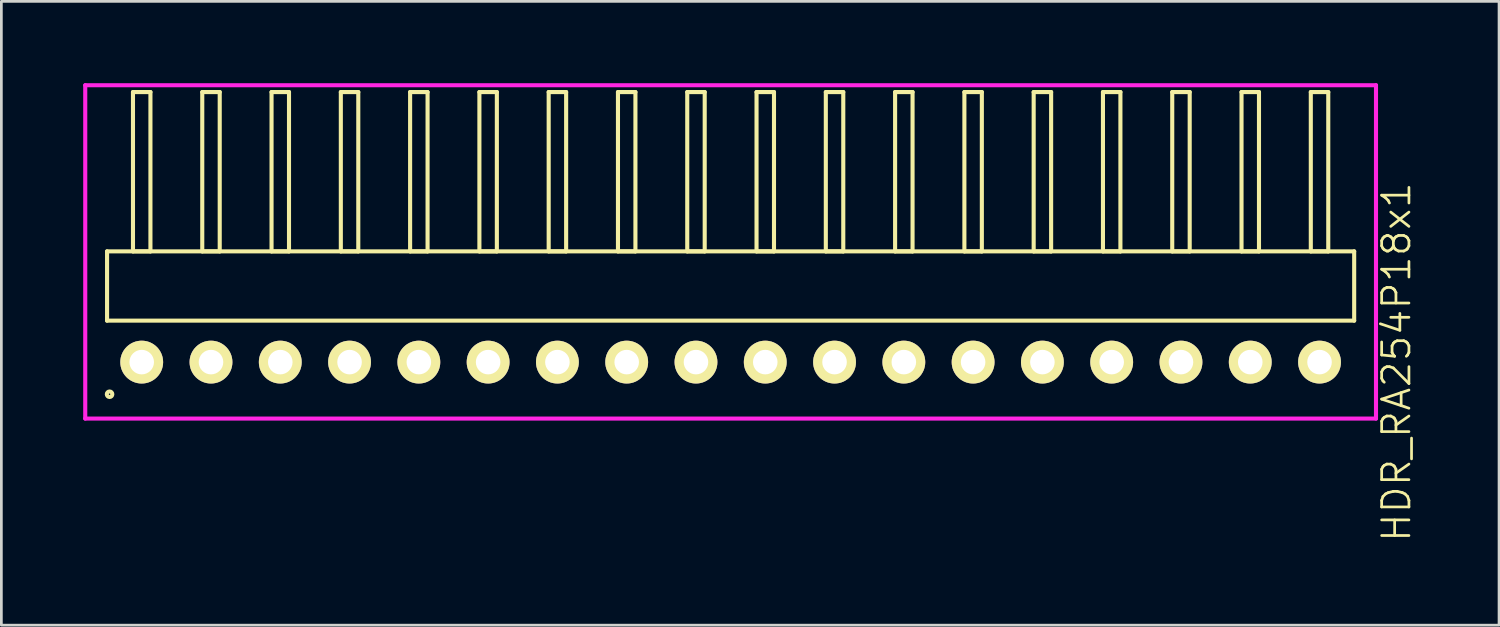
<source format=kicad_pcb>
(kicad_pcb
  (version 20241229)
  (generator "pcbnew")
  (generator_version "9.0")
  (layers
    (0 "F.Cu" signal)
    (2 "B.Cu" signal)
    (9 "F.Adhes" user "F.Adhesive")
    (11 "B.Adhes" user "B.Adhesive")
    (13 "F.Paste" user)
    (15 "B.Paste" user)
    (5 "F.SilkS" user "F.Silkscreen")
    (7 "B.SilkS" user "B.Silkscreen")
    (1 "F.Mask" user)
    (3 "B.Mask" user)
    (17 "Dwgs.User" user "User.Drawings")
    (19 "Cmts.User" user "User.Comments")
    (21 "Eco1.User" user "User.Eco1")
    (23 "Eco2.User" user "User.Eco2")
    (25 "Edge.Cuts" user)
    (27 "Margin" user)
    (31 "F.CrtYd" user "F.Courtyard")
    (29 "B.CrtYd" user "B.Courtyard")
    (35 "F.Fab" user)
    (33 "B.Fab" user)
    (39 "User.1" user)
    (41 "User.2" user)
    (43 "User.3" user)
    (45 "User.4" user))
  (footprint "HDR_RA254P18x1"
    (layer "F.Cu")
    (at 23.735 10.225)
    (property "Reference" "HDR_RA254P18x1" (at 24.41 0 90) (layer "F.SilkS") (effects (font (size 1 1) (thickness 0.1))))
    (attr through_hole)
    (fp_line (start -22.86 -4.06) (end -22.86 -1.52) (stroke (width 0.15) (type solid)) (layer "F.SilkS"))
    (fp_line (start -22.86 -1.52) (end 22.86 -1.52) (stroke (width 0.15) (type solid)) (layer "F.SilkS"))
    (fp_line (start -21.91 -9.9) (end -21.91 -4.06) (stroke (width 0.15) (type solid)) (layer "F.SilkS"))
    (fp_line (start -21.91 -4.06) (end -21.27 -4.06) (stroke (width 0.15) (type solid)) (layer "F.SilkS"))
    (fp_line (start -21.27 -9.9) (end -21.91 -9.9) (stroke (width 0.15) (type solid)) (layer "F.SilkS"))
    (fp_line (start -21.27 -4.06) (end -21.27 -9.9) (stroke (width 0.15) (type solid)) (layer "F.SilkS"))
    (fp_line (start -19.37 -9.9) (end -19.37 -4.06) (stroke (width 0.15) (type solid)) (layer "F.SilkS"))
    (fp_line (start -19.37 -4.06) (end -18.73 -4.06) (stroke (width 0.15) (type solid)) (layer "F.SilkS"))
    (fp_line (start -18.73 -9.9) (end -19.37 -9.9) (stroke (width 0.15) (type solid)) (layer "F.SilkS"))
    (fp_line (start -18.73 -4.06) (end -18.73 -9.9) (stroke (width 0.15) (type solid)) (layer "F.SilkS"))
    (fp_line (start -16.83 -9.9) (end -16.83 -4.06) (stroke (width 0.15) (type solid)) (layer "F.SilkS"))
    (fp_line (start -16.83 -4.06) (end -16.19 -4.06) (stroke (width 0.15) (type solid)) (layer "F.SilkS"))
    (fp_line (start -16.19 -9.9) (end -16.83 -9.9) (stroke (width 0.15) (type solid)) (layer "F.SilkS"))
    (fp_line (start -16.19 -4.06) (end -16.19 -9.9) (stroke (width 0.15) (type solid)) (layer "F.SilkS"))
    (fp_line (start -14.29 -9.9) (end -14.29 -4.06) (stroke (width 0.15) (type solid)) (layer "F.SilkS"))
    (fp_line (start -14.29 -4.06) (end -13.65 -4.06) (stroke (width 0.15) (type solid)) (layer "F.SilkS"))
    (fp_line (start -13.65 -9.9) (end -14.29 -9.9) (stroke (width 0.15) (type solid)) (layer "F.SilkS"))
    (fp_line (start -13.65 -4.06) (end -13.65 -9.9) (stroke (width 0.15) (type solid)) (layer "F.SilkS"))
    (fp_line (start -11.75 -9.9) (end -11.75 -4.06) (stroke (width 0.15) (type solid)) (layer "F.SilkS"))
    (fp_line (start -11.75 -4.06) (end -11.11 -4.06) (stroke (width 0.15) (type solid)) (layer "F.SilkS"))
    (fp_line (start -11.11 -9.9) (end -11.75 -9.9) (stroke (width 0.15) (type solid)) (layer "F.SilkS"))
    (fp_line (start -11.11 -4.06) (end -11.11 -9.9) (stroke (width 0.15) (type solid)) (layer "F.SilkS"))
    (fp_line (start -9.21 -9.9) (end -9.21 -4.06) (stroke (width 0.15) (type solid)) (layer "F.SilkS"))
    (fp_line (start -9.21 -4.06) (end -8.57 -4.06) (stroke (width 0.15) (type solid)) (layer "F.SilkS"))
    (fp_line (start -8.57 -9.9) (end -9.21 -9.9) (stroke (width 0.15) (type solid)) (layer "F.SilkS"))
    (fp_line (start -8.57 -4.06) (end -8.57 -9.9) (stroke (width 0.15) (type solid)) (layer "F.SilkS"))
    (fp_line (start -6.67 -9.9) (end -6.67 -4.06) (stroke (width 0.15) (type solid)) (layer "F.SilkS"))
    (fp_line (start -6.67 -4.06) (end -6.03 -4.06) (stroke (width 0.15) (type solid)) (layer "F.SilkS"))
    (fp_line (start -6.03 -9.9) (end -6.67 -9.9) (stroke (width 0.15) (type solid)) (layer "F.SilkS"))
    (fp_line (start -6.03 -4.06) (end -6.03 -9.9) (stroke (width 0.15) (type solid)) (layer "F.SilkS"))
    (fp_line (start -4.13 -9.9) (end -4.13 -4.06) (stroke (width 0.15) (type solid)) (layer "F.SilkS"))
    (fp_line (start -4.13 -4.06) (end -3.49 -4.06) (stroke (width 0.15) (type solid)) (layer "F.SilkS"))
    (fp_line (start -3.49 -9.9) (end -4.13 -9.9) (stroke (width 0.15) (type solid)) (layer "F.SilkS"))
    (fp_line (start -3.49 -4.06) (end -3.49 -9.9) (stroke (width 0.15) (type solid)) (layer "F.SilkS"))
    (fp_line (start -1.59 -9.9) (end -1.59 -4.06) (stroke (width 0.15) (type solid)) (layer "F.SilkS"))
    (fp_line (start -1.59 -4.06) (end -0.95 -4.06) (stroke (width 0.15) (type solid)) (layer "F.SilkS"))
    (fp_line (start -0.95 -9.9) (end -1.59 -9.9) (stroke (width 0.15) (type solid)) (layer "F.SilkS"))
    (fp_line (start -0.95 -4.06) (end -0.95 -9.9) (stroke (width 0.15) (type solid)) (layer "F.SilkS"))
    (fp_line (start 0.95 -9.9) (end 0.95 -4.06) (stroke (width 0.15) (type solid)) (layer "F.SilkS"))
    (fp_line (start 0.95 -4.06) (end 1.59 -4.06) (stroke (width 0.15) (type solid)) (layer "F.SilkS"))
    (fp_line (start 1.59 -9.9) (end 0.95 -9.9) (stroke (width 0.15) (type solid)) (layer "F.SilkS"))
    (fp_line (start 1.59 -4.06) (end 1.59 -9.9) (stroke (width 0.15) (type solid)) (layer "F.SilkS"))
    (fp_line (start 3.49 -9.9) (end 3.49 -4.06) (stroke (width 0.15) (type solid)) (layer "F.SilkS"))
    (fp_line (start 3.49 -4.06) (end 4.13 -4.06) (stroke (width 0.15) (type solid)) (layer "F.SilkS"))
    (fp_line (start 4.13 -9.9) (end 3.49 -9.9) (stroke (width 0.15) (type solid)) (layer "F.SilkS"))
    (fp_line (start 4.13 -4.06) (end 4.13 -9.9) (stroke (width 0.15) (type solid)) (layer "F.SilkS"))
    (fp_line (start 6.03 -9.9) (end 6.03 -4.06) (stroke (width 0.15) (type solid)) (layer "F.SilkS"))
    (fp_line (start 6.03 -4.06) (end 6.67 -4.06) (stroke (width 0.15) (type solid)) (layer "F.SilkS"))
    (fp_line (start 6.67 -9.9) (end 6.03 -9.9) (stroke (width 0.15) (type solid)) (layer "F.SilkS"))
    (fp_line (start 6.67 -4.06) (end 6.67 -9.9) (stroke (width 0.15) (type solid)) (layer "F.SilkS"))
    (fp_line (start 8.57 -9.9) (end 8.57 -4.06) (stroke (width 0.15) (type solid)) (layer "F.SilkS"))
    (fp_line (start 8.57 -4.06) (end 9.21 -4.06) (stroke (width 0.15) (type solid)) (layer "F.SilkS"))
    (fp_line (start 9.21 -9.9) (end 8.57 -9.9) (stroke (width 0.15) (type solid)) (layer "F.SilkS"))
    (fp_line (start 9.21 -4.06) (end 9.21 -9.9) (stroke (width 0.15) (type solid)) (layer "F.SilkS"))
    (fp_line (start 11.11 -9.9) (end 11.11 -4.06) (stroke (width 0.15) (type solid)) (layer "F.SilkS"))
    (fp_line (start 11.11 -4.06) (end 11.75 -4.06) (stroke (width 0.15) (type solid)) (layer "F.SilkS"))
    (fp_line (start 11.75 -9.9) (end 11.11 -9.9) (stroke (width 0.15) (type solid)) (layer "F.SilkS"))
    (fp_line (start 11.75 -4.06) (end 11.75 -9.9) (stroke (width 0.15) (type solid)) (layer "F.SilkS"))
    (fp_line (start 13.65 -9.9) (end 13.65 -4.06) (stroke (width 0.15) (type solid)) (layer "F.SilkS"))
    (fp_line (start 13.65 -4.06) (end 14.29 -4.06) (stroke (width 0.15) (type solid)) (layer "F.SilkS"))
    (fp_line (start 14.29 -9.9) (end 13.65 -9.9) (stroke (width 0.15) (type solid)) (layer "F.SilkS"))
    (fp_line (start 14.29 -4.06) (end 14.29 -9.9) (stroke (width 0.15) (type solid)) (layer "F.SilkS"))
    (fp_line (start 16.19 -9.9) (end 16.19 -4.06) (stroke (width 0.15) (type solid)) (layer "F.SilkS"))
    (fp_line (start 16.19 -4.06) (end 16.83 -4.06) (stroke (width 0.15) (type solid)) (layer "F.SilkS"))
    (fp_line (start 16.83 -9.9) (end 16.19 -9.9) (stroke (width 0.15) (type solid)) (layer "F.SilkS"))
    (fp_line (start 16.83 -4.06) (end 16.83 -9.9) (stroke (width 0.15) (type solid)) (layer "F.SilkS"))
    (fp_line (start 18.73 -9.9) (end 18.73 -4.06) (stroke (width 0.15) (type solid)) (layer "F.SilkS"))
    (fp_line (start 18.73 -4.06) (end 19.37 -4.06) (stroke (width 0.15) (type solid)) (layer "F.SilkS"))
    (fp_line (start 19.37 -9.9) (end 18.73 -9.9) (stroke (width 0.15) (type solid)) (layer "F.SilkS"))
    (fp_line (start 19.37 -4.06) (end 19.37 -9.9) (stroke (width 0.15) (type solid)) (layer "F.SilkS"))
    (fp_line (start 21.27 -9.9) (end 21.27 -4.06) (stroke (width 0.15) (type solid)) (layer "F.SilkS"))
    (fp_line (start 21.27 -4.06) (end 21.91 -4.06) (stroke (width 0.15) (type solid)) (layer "F.SilkS"))
    (fp_line (start 21.91 -9.9) (end 21.27 -9.9) (stroke (width 0.15) (type solid)) (layer "F.SilkS"))
    (fp_line (start 21.91 -4.06) (end 21.91 -9.9) (stroke (width 0.15) (type solid)) (layer "F.SilkS"))
    (fp_line (start 22.86 -4.06) (end -22.86 -4.06) (stroke (width 0.15) (type solid)) (layer "F.SilkS"))
    (fp_line (start 22.86 -1.52) (end 22.86 -4.06) (stroke (width 0.15) (type solid)) (layer "F.SilkS"))
    (fp_circle (center -22.768 1.178) (end -22.667 1.178) (stroke (width 0.15) (type solid)) (fill no) (layer "F.SilkS"))
    (fp_line (start -23.66 -10.15) (end -23.66 2.07) (stroke (width 0.15) (type solid)) (layer "F.CrtYd"))
    (fp_line (start -23.66 2.07) (end 23.66 2.07) (stroke (width 0.15) (type solid)) (layer "F.CrtYd"))
    (fp_line (start 23.66 -10.15) (end -23.66 -10.15) (stroke (width 0.15) (type solid)) (layer "F.CrtYd"))
    (fp_line (start 23.66 2.07) (end 23.66 -10.15) (stroke (width 0.15) (type solid)) (layer "F.CrtYd"))
    (pad "1" thru_hole oval (at -21.59 0) (size 1.57 1.57) (drill 0.9) (layers "*.Cu" "*.Mask" "F.SilkS"))
    (pad "2" thru_hole oval (at -19.05 0) (size 1.57 1.57) (drill 0.9) (layers "*.Cu" "*.Mask" "F.SilkS"))
    (pad "3" thru_hole oval (at -16.51 0) (size 1.57 1.57) (drill 0.9) (layers "*.Cu" "*.Mask" "F.SilkS"))
    (pad "4" thru_hole oval (at -13.97 0) (size 1.57 1.57) (drill 0.9) (layers "*.Cu" "*.Mask" "F.SilkS"))
    (pad "5" thru_hole oval (at -11.43 0) (size 1.57 1.57) (drill 0.9) (layers "*.Cu" "*.Mask" "F.SilkS"))
    (pad "6" thru_hole oval (at -8.89 0) (size 1.57 1.57) (drill 0.9) (layers "*.Cu" "*.Mask" "F.SilkS"))
    (pad "7" thru_hole oval (at -6.35 0) (size 1.57 1.57) (drill 0.9) (layers "*.Cu" "*.Mask" "F.SilkS"))
    (pad "8" thru_hole oval (at -3.81 0) (size 1.57 1.57) (drill 0.9) (layers "*.Cu" "*.Mask" "F.SilkS"))
    (pad "9" thru_hole oval (at -1.27 0) (size 1.57 1.57) (drill 0.9) (layers "*.Cu" "*.Mask" "F.SilkS"))
    (pad "10" thru_hole oval (at 1.27 0) (size 1.57 1.57) (drill 0.9) (layers "*.Cu" "*.Mask" "F.SilkS"))
    (pad "11" thru_hole oval (at 3.81 0) (size 1.57 1.57) (drill 0.9) (layers "*.Cu" "*.Mask" "F.SilkS"))
    (pad "12" thru_hole oval (at 6.35 0) (size 1.57 1.57) (drill 0.9) (layers "*.Cu" "*.Mask" "F.SilkS"))
    (pad "13" thru_hole oval (at 8.89 0) (size 1.57 1.57) (drill 0.9) (layers "*.Cu" "*.Mask" "F.SilkS"))
    (pad "14" thru_hole oval (at 11.43 0) (size 1.57 1.57) (drill 0.9) (layers "*.Cu" "*.Mask" "F.SilkS"))
    (pad "15" thru_hole oval (at 13.97 0) (size 1.57 1.57) (drill 0.9) (layers "*.Cu" "*.Mask" "F.SilkS"))
    (pad "16" thru_hole oval (at 16.51 0) (size 1.57 1.57) (drill 0.9) (layers "*.Cu" "*.Mask" "F.SilkS"))
    (pad "17" thru_hole oval (at 19.05 0) (size 1.57 1.57) (drill 0.9) (layers "*.Cu" "*.Mask" "F.SilkS"))
    (pad "18" thru_hole oval (at 21.59 0) (size 1.57 1.57) (drill 0.9) (layers "*.Cu" "*.Mask" "F.SilkS")))
  (gr_rect
    (start -3 -3)
    (end 51.906 19.87)
    (stroke (width 0.1) (type default))
    (fill no)
    (layer "Edge.Cuts")))
</source>
